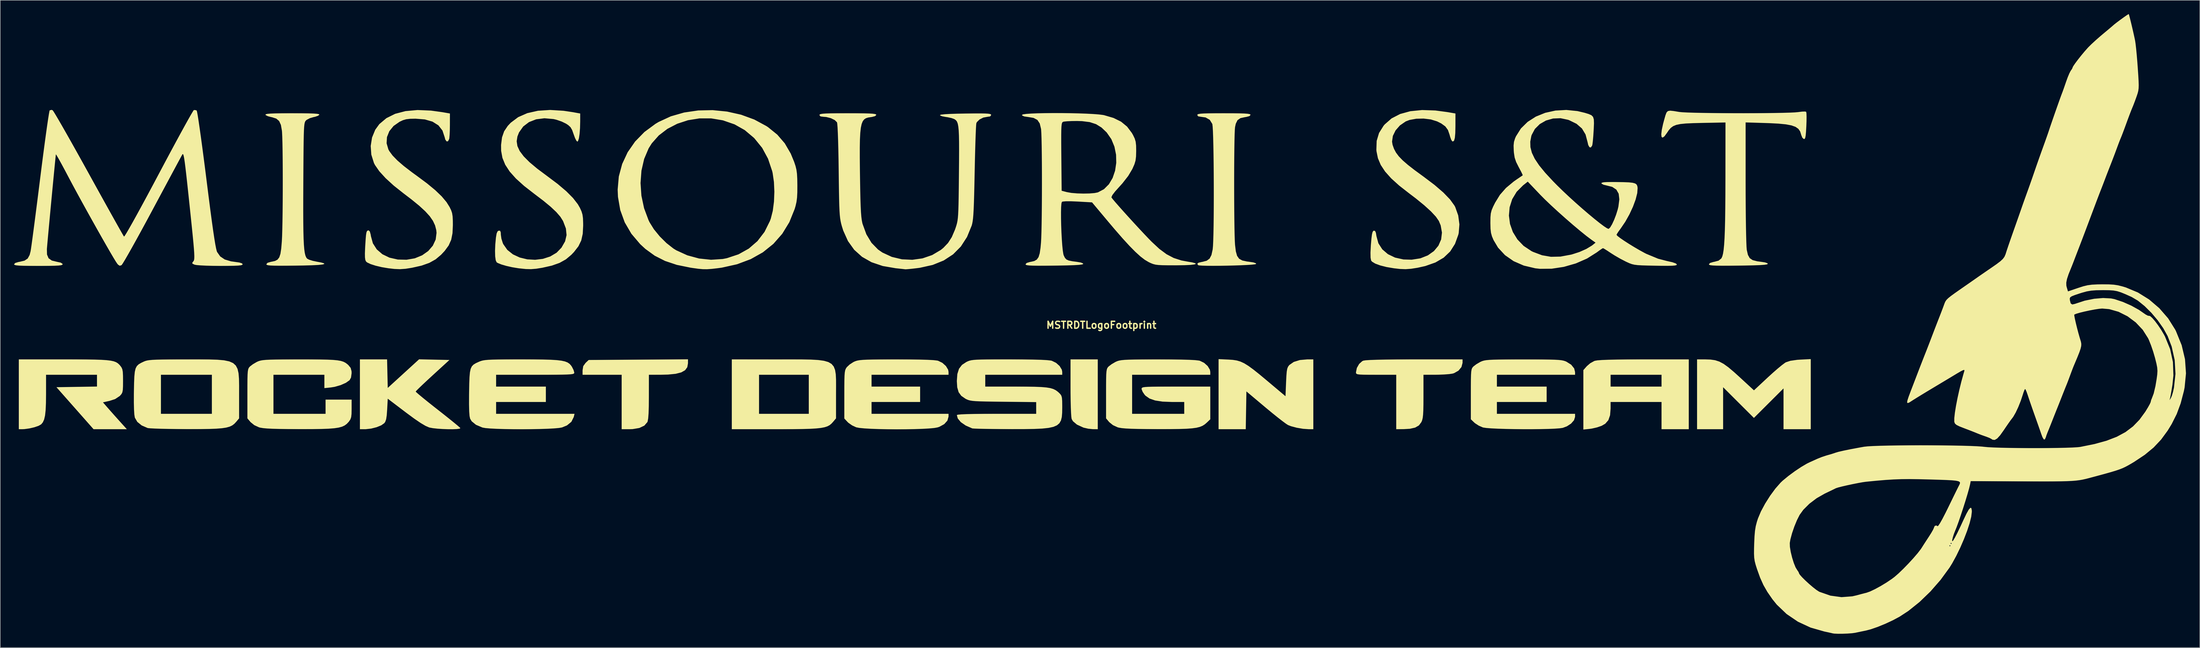
<source format=kicad_pcb>
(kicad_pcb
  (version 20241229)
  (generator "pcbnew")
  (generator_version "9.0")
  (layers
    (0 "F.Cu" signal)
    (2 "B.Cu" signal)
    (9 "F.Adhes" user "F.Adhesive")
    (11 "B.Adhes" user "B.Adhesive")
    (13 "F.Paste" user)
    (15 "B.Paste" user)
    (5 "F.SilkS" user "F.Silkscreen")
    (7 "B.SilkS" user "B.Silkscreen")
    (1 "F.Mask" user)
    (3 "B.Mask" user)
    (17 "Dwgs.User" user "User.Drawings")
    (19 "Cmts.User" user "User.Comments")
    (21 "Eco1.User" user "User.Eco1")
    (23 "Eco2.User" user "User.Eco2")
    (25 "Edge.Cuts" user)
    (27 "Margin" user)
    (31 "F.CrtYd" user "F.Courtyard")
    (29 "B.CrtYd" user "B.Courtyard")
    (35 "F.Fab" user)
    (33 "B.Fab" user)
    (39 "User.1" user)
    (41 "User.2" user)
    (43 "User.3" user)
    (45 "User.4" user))
  (footprint "MSTRDTLogoFootprint"
    (layer "F.Cu")
    (at 235.527 67.431)
    (property "Reference" "MSTRDTLogoFootprint" (at 0 0 0) (layer "F.SilkS") (effects (font (size 1.5 1.5) (thickness 0.3))))
    (attr board_only exclude_from_pos_files exclude_from_bom)
    (fp_poly (pts (xy -0.77 15.009) (xy -0.77 22.578) (xy -1.86 22.567) (xy -2.834 22.471) (xy -3.793 22.252) (xy -3.91 22.213) (xy -5.28 21.583) (xy -6.148 20.849) (xy -6.426 20.367) (xy -6.495 19.934) (xy -6.556 19.069) (xy -6.608 17.851) (xy -6.645 16.362) (xy -6.667 14.681) (xy -6.671 13.581) (xy -6.671 7.44) (xy -3.72 7.44) (xy -0.77 7.44)) (stroke (width 0) (type solid)) (fill yes) (layer "F.SilkS"))
    (fp_poly (pts (xy -89.541 8.286) (xy -89.69 9.133) (xy -90.161 9.785) (xy -90.992 10.259) (xy -92.221 10.57) (xy -93.883 10.734) (xy -95.378 10.77) (xy -98.008 10.776) (xy -98.012 15.586) (xy -98.029 17.609) (xy -98.078 19.148) (xy -98.161 20.232) (xy -98.28 20.891) (xy -98.336 21.038) (xy -98.999 21.802) (xy -100.081 22.313) (xy -101.544 22.558) (xy -102.177 22.577) (xy -103.909 22.578) (xy -103.909 16.677) (xy -103.909 10.776) (xy -108.142 10.776) (xy -112.376 10.776) (xy -112.376 9.794) (xy -112.23 8.9) (xy -111.726 8.202) (xy -111.714 8.191) (xy -111.052 7.569) (xy -100.297 7.496) (xy -89.541 7.424)) (stroke (width 0) (type solid)) (fill yes) (layer "F.SilkS"))
    (fp_poly (pts (xy 153.683 14.978) (xy 153.683 22.578) (xy 150.732 22.578) (xy 147.782 22.578) (xy 147.782 18.156) (xy 147.782 13.734) (xy 144.575 16.933) (xy 141.368 20.133) (xy 138.032 16.805) (xy 134.697 13.477) (xy 134.697 18.027) (xy 134.697 22.578) (xy 131.875 22.578) (xy 129.053 22.578) (xy 129.053 15.009) (xy 129.053 7.44) (xy 130.803 7.44) (xy 131.97 7.479) (xy 132.967 7.624) (xy 133.886 7.923) (xy 134.816 8.421) (xy 135.848 9.165) (xy 137.073 10.201) (xy 138.19 11.212) (xy 141.378 14.15) (xy 144.387 11.342) (xy 145.484 10.342) (xy 146.522 9.437) (xy 147.414 8.701) (xy 148.072 8.207) (xy 148.295 8.069) (xy 149.279 7.744) (xy 150.731 7.538) (xy 151.438 7.491) (xy 153.683 7.378)) (stroke (width 0) (type solid)) (fill yes) (layer "F.SilkS"))
    (fp_poly (pts (xy -70.235 7.446) (xy -67.345 7.443) (xy -64.926 7.447) (xy -62.937 7.483) (xy -61.335 7.575) (xy -60.079 7.747) (xy -59.127 8.023) (xy -58.438 8.429) (xy -57.969 8.989) (xy -57.678 9.727) (xy -57.525 10.667) (xy -57.467 11.835) (xy -57.463 13.253) (xy -57.471 14.918) (xy -57.471 20.229) (xy -58.131 21.014) (xy -58.48 21.391) (xy -58.865 21.703) (xy -59.337 21.955) (xy -59.947 22.154) (xy -60.743 22.305) (xy -61.777 22.416) (xy -63.098 22.493) (xy -64.756 22.541) (xy -66.802 22.567) (xy -69.286 22.577) (xy -70.73 22.578) (xy -80.048 22.578) (xy -80.048 15.009) (xy -74.147 15.009) (xy -74.147 19.242) (xy -68.76 19.242) (xy -63.372 19.242) (xy -63.372 15.009) (xy -63.372 10.776) (xy -68.76 10.776) (xy -74.147 10.776) (xy -74.147 15.009) (xy -80.048 15.009) (xy -80.048 7.44)) (stroke (width 0) (type solid)) (fill yes) (layer "F.SilkS"))
    (fp_poly (pts (xy 27.517 7.481) (xy 28.491 7.547) (xy 29.342 7.679) (xy 30.141 7.916) (xy 30.962 8.297) (xy 31.875 8.862) (xy 32.953 9.65) (xy 34.268 10.701) (xy 35.892 12.055) (xy 35.919 12.078) (xy 39.896 15.426) (xy 40.024 12.351) (xy 40.089 11.02) (xy 40.165 10.097) (xy 40.273 9.478) (xy 40.432 9.059) (xy 40.664 8.734) (xy 40.739 8.652) (xy 41.684 7.994) (xy 43.01 7.581) (xy 44.608 7.44) (xy 45.925 7.44) (xy 45.925 15.009) (xy 45.925 22.578) (xy 44.934 22.578) (xy 43.69 22.491) (xy 42.336 22.261) (xy 41.103 21.934) (xy 40.454 21.681) (xy 40.014 21.4) (xy 39.257 20.842) (xy 38.256 20.064) (xy 37.084 19.122) (xy 35.814 18.073) (xy 35.534 17.839) (xy 31.429 14.387) (xy 31.359 18.482) (xy 31.288 22.578) (xy 28.344 22.578) (xy 25.4 22.578) (xy 25.4 14.983) (xy 25.4 7.388)) (stroke (width 0) (type solid)) (fill yes) (layer "F.SilkS"))
    (fp_poly (pts (xy 127.257 15.009) (xy 127.257 22.578) (xy 124.306 22.578) (xy 121.356 22.578) (xy 121.356 19.627) (xy 121.356 16.677) (xy 115.839 16.677) (xy 110.323 16.677) (xy 110.323 18.096) (xy 110.209 19.55) (xy 109.838 20.619) (xy 109.167 21.387) (xy 108.388 21.839) (xy 107.394 22.183) (xy 106.259 22.443) (xy 105.814 22.506) (xy 104.422 22.65) (xy 104.422 16.208) (xy 104.422 12.059) (xy 110.323 12.059) (xy 110.323 13.341) (xy 115.839 13.341) (xy 121.356 13.341) (xy 121.356 12.059) (xy 121.356 10.776) (xy 115.839 10.776) (xy 110.323 10.776) (xy 110.323 12.059) (xy 104.422 12.059) (xy 104.422 9.767) (xy 105.18 8.905) (xy 105.905 8.278) (xy 106.752 7.808) (xy 106.941 7.741) (xy 107.48 7.65) (xy 108.444 7.576) (xy 109.849 7.519) (xy 111.712 7.477) (xy 114.051 7.452) (xy 116.882 7.441) (xy 117.601 7.44) (xy 127.257 7.44)) (stroke (width 0) (type solid)) (fill yes) (layer "F.SilkS"))
    (fp_poly (pts (xy 78.253 8.196) (xy 78.014 9.103) (xy 77.369 9.884) (xy 76.426 10.422) (xy 76.072 10.527) (xy 75.367 10.63) (xy 74.321 10.711) (xy 73.103 10.761) (xy 72.416 10.77) (xy 69.786 10.776) (xy 69.785 15.458) (xy 69.778 17.192) (xy 69.753 18.495) (xy 69.702 19.449) (xy 69.62 20.137) (xy 69.499 20.641) (xy 69.336 21.038) (xy 68.802 21.754) (xy 67.994 22.226) (xy 66.838 22.487) (xy 65.488 22.563) (xy 63.885 22.578) (xy 63.885 16.677) (xy 63.885 10.776) (xy 59.523 10.776) (xy 57.935 10.773) (xy 56.788 10.761) (xy 56.011 10.729) (xy 55.531 10.669) (xy 55.278 10.572) (xy 55.179 10.429) (xy 55.162 10.237) (xy 55.353 9.3) (xy 55.847 8.432) (xy 56.522 7.824) (xy 56.76 7.715) (xy 57.255 7.637) (xy 58.246 7.571) (xy 59.718 7.519) (xy 61.655 7.479) (xy 64.04 7.453) (xy 66.857 7.441) (xy 67.9 7.44) (xy 78.253 7.44)) (stroke (width 0) (type solid)) (fill yes) (layer "F.SilkS"))
    (fp_poly (pts (xy -144.506 7.497) (xy -141.219 7.569) (xy -144.863 10.904) (xy -145.995 11.948) (xy -146.987 12.877) (xy -147.778 13.634) (xy -148.311 14.164) (xy -148.528 14.411) (xy -148.53 14.417) (xy -148.342 14.617) (xy -147.804 15.086) (xy -146.971 15.778) (xy -145.899 16.646) (xy -144.642 17.646) (xy -143.741 18.353) (xy -142.386 19.419) (xy -141.172 20.386) (xy -140.155 21.21) (xy -139.393 21.842) (xy -138.943 22.238) (xy -138.845 22.345) (xy -139.029 22.467) (xy -139.616 22.545) (xy -140.497 22.582) (xy -141.565 22.578) (xy -142.71 22.538) (xy -143.826 22.463) (xy -144.803 22.356) (xy -145.533 22.219) (xy -145.619 22.195) (xy -146.394 21.859) (xy -147.462 21.227) (xy -148.849 20.28) (xy -150.581 19.002) (xy -150.732 18.887) (xy -154.581 15.963) (xy -154.709 18.347) (xy -154.8 19.584) (xy -154.928 20.421) (xy -155.118 20.969) (xy -155.328 21.272) (xy -155.988 21.737) (xy -156.99 22.145) (xy -158.163 22.442) (xy -159.337 22.575) (xy -159.502 22.578) (xy -160.61 22.578) (xy -160.61 15.009) (xy -160.61 7.44) (xy -157.667 7.44) (xy -154.725 7.44) (xy -154.653 10.534) (xy -154.581 13.627) (xy -151.187 10.526) (xy -147.794 7.425)) (stroke (width 0) (type solid)) (fill yes) (layer "F.SilkS"))
    (fp_poly (pts (xy -222.146 7.443) (xy -219.91 7.456) (xy -218.088 7.484) (xy -216.63 7.533) (xy -215.487 7.608) (xy -214.608 7.714) (xy -213.945 7.857) (xy -213.447 8.043) (xy -213.065 8.276) (xy -212.749 8.563) (xy -212.549 8.788) (xy -212.26 9.175) (xy -212.077 9.588) (xy -211.975 10.151) (xy -211.932 10.989) (xy -211.923 12.098) (xy -211.931 13.276) (xy -211.971 14.063) (xy -212.07 14.58) (xy -212.255 14.949) (xy -212.553 15.293) (xy -212.644 15.384) (xy -213.63 16.042) (xy -214.818 16.43) (xy -216.272 16.756) (xy -215.316 17.857) (xy -214.695 18.565) (xy -213.877 19.488) (xy -213.007 20.461) (xy -212.731 20.768) (xy -211.101 22.578) (xy -214.706 22.578) (xy -218.311 22.578) (xy -222.331 18.024) (xy -226.352 13.47) (xy -221.96 13.399) (xy -217.568 13.329) (xy -217.568 12.053) (xy -217.568 10.776) (xy -223.084 10.776) (xy -228.6 10.776) (xy -228.601 14.945) (xy -228.622 16.922) (xy -228.691 18.455) (xy -228.818 19.614) (xy -229.015 20.467) (xy -229.293 21.083) (xy -229.652 21.52) (xy -230.223 21.847) (xy -231.134 22.159) (xy -232.213 22.41) (xy -233.288 22.557) (xy -233.774 22.578) (xy -234.501 22.578) (xy -234.501 15.009) (xy -234.501 7.44) (xy -224.845 7.44)) (stroke (width 0) (type solid)) (fill yes) (layer "F.SilkS"))
    (fp_poly (pts (xy -41.658 7.454) (xy -39.402 7.483) (xy -37.64 7.533) (xy -36.362 7.604) (xy -35.557 7.696) (xy -35.356 7.742) (xy -34.429 8.195) (xy -33.664 8.883) (xy -33.189 9.671) (xy -33.097 10.154) (xy -33.097 10.776) (xy -41.435 10.776) (xy -49.774 10.776) (xy -49.774 12.059) (xy -49.774 13.341) (xy -44.514 13.341) (xy -39.255 13.341) (xy -39.255 15.009) (xy -39.255 16.677) (xy -44.514 16.677) (xy -49.774 16.677) (xy -49.774 17.96) (xy -49.774 19.242) (xy -41.435 19.242) (xy -33.097 19.242) (xy -33.097 19.849) (xy -33.341 20.716) (xy -34.025 21.475) (xy -35.077 22.055) (xy -35.467 22.187) (xy -36.18 22.316) (xy -37.313 22.421) (xy -38.78 22.502) (xy -40.498 22.559) (xy -42.381 22.593) (xy -44.345 22.602) (xy -46.306 22.588) (xy -48.179 22.551) (xy -49.88 22.49) (xy -51.323 22.406) (xy -52.425 22.298) (xy -53.1 22.168) (xy -53.109 22.165) (xy -53.991 21.752) (xy -54.785 21.195) (xy -54.969 21.019) (xy -55.675 20.261) (xy -55.675 15.04) (xy -55.672 13.269) (xy -55.659 11.937) (xy -55.63 10.967) (xy -55.576 10.286) (xy -55.491 9.817) (xy -55.368 9.486) (xy -55.2 9.217) (xy -55.118 9.11) (xy -54.518 8.547) (xy -53.722 8.03) (xy -53.514 7.927) (xy -53.179 7.793) (xy -52.791 7.686) (xy -52.289 7.604) (xy -51.613 7.543) (xy -50.703 7.5) (xy -49.5 7.472) (xy -47.943 7.456) (xy -45.973 7.448) (xy -44.416 7.446)) (stroke (width 0) (type solid)) (fill yes) (layer "F.SilkS"))
    (fp_poly (pts (xy -193.313 7.455) (xy -191.476 7.513) (xy -190.019 7.645) (xy -188.899 7.881) (xy -188.071 8.25) (xy -187.492 8.78) (xy -187.118 9.501) (xy -186.903 10.442) (xy -186.805 11.632) (xy -186.779 13.1) (xy -186.781 14.875) (xy -186.781 15.054) (xy -186.78 20.229) (xy -187.44 21.014) (xy -187.83 21.426) (xy -188.272 21.758) (xy -188.823 22.021) (xy -189.538 22.221) (xy -190.473 22.366) (xy -191.682 22.464) (xy -193.222 22.524) (xy -195.147 22.552) (xy -197.514 22.557) (xy -198.308 22.556) (xy -200.264 22.543) (xy -202.081 22.518) (xy -203.687 22.483) (xy -205.012 22.44) (xy -205.985 22.39) (xy -206.533 22.336) (xy -206.596 22.322) (xy -207.882 21.763) (xy -208.835 20.989) (xy -209.368 20.072) (xy -209.371 20.058) (xy -209.476 19.406) (xy -209.546 18.303) (xy -209.581 16.807) (xy -209.578 15.009) (xy -203.713 15.009) (xy -203.713 19.242) (xy -198.197 19.242) (xy -192.681 19.242) (xy -192.681 15.009) (xy -192.681 10.776) (xy -198.197 10.776) (xy -203.713 10.776) (xy -203.713 15.009) (xy -209.578 15.009) (xy -209.578 14.981) (xy -209.569 14.33) (xy -209.532 12.519) (xy -209.475 11.145) (xy -209.374 10.134) (xy -209.204 9.41) (xy -208.938 8.897) (xy -208.552 8.519) (xy -208.021 8.203) (xy -207.433 7.923) (xy -207.104 7.79) (xy -206.718 7.685) (xy -206.216 7.603) (xy -205.538 7.543) (xy -204.624 7.5) (xy -203.416 7.472) (xy -201.853 7.456) (xy -199.876 7.448) (xy -198.307 7.446) (xy -195.576 7.442)) (stroke (width 0) (type solid)) (fill yes) (layer "F.SilkS"))
    (fp_poly (pts (xy 93.763 7.454) (xy 95.607 7.462) (xy 97.056 7.481) (xy 98.171 7.511) (xy 99.009 7.557) (xy 99.632 7.622) (xy 100.097 7.709) (xy 100.465 7.821) (xy 100.732 7.931) (xy 101.783 8.591) (xy 102.433 9.403) (xy 102.626 10.191) (xy 102.626 10.776) (xy 94.16 10.776) (xy 85.693 10.776) (xy 85.693 12.059) (xy 85.693 13.341) (xy 91.081 13.341) (xy 96.469 13.341) (xy 96.469 15.009) (xy 96.469 16.677) (xy 91.081 16.677) (xy 85.693 16.677) (xy 85.693 17.96) (xy 85.693 19.242) (xy 94.16 19.242) (xy 102.626 19.242) (xy 102.626 19.909) (xy 102.392 20.642) (xy 101.765 21.357) (xy 100.857 21.953) (xy 99.954 22.289) (xy 99.29 22.386) (xy 98.208 22.463) (xy 96.791 22.52) (xy 95.122 22.557) (xy 93.285 22.576) (xy 91.363 22.576) (xy 89.439 22.558) (xy 87.598 22.522) (xy 85.921 22.469) (xy 84.493 22.4) (xy 83.397 22.314) (xy 82.716 22.212) (xy 82.647 22.194) (xy 81.758 21.805) (xy 80.947 21.277) (xy 80.787 21.136) (xy 80.048 20.429) (xy 80.048 14.971) (xy 80.05 13.163) (xy 80.06 11.797) (xy 80.085 10.802) (xy 80.132 10.107) (xy 80.208 9.642) (xy 80.319 9.335) (xy 80.472 9.116) (xy 80.626 8.959) (xy 81.238 8.491) (xy 82.034 8.024) (xy 82.229 7.928) (xy 82.554 7.795) (xy 82.93 7.689) (xy 83.418 7.607) (xy 84.076 7.547) (xy 84.964 7.504) (xy 86.14 7.476) (xy 87.664 7.46) (xy 89.595 7.453) (xy 91.466 7.452)) (stroke (width 0) (type solid)) (fill yes) (layer "F.SilkS"))
    (fp_poly (pts (xy -123.065 7.446) (xy -120.976 7.469) (xy -119.297 7.518) (xy -117.973 7.598) (xy -116.954 7.72) (xy -116.186 7.89) (xy -115.617 8.116) (xy -115.195 8.406) (xy -114.868 8.767) (xy -114.663 9.076) (xy -114.333 9.735) (xy -114.175 10.281) (xy -114.173 10.327) (xy -114.201 10.449) (xy -114.321 10.547) (xy -114.583 10.624) (xy -115.039 10.681) (xy -115.74 10.722) (xy -116.736 10.749) (xy -118.08 10.765) (xy -119.821 10.773) (xy -122.012 10.776) (xy -122.638 10.776) (xy -131.105 10.776) (xy -131.105 12.059) (xy -131.105 13.341) (xy -125.717 13.341) (xy -120.329 13.341) (xy -120.329 15.009) (xy -120.329 16.677) (xy -125.717 16.677) (xy -131.105 16.677) (xy -131.105 17.96) (xy -131.105 19.242) (xy -122.611 19.242) (xy -114.116 19.242) (xy -114.291 19.948) (xy -114.802 20.975) (xy -115.758 21.756) (xy -116.833 22.198) (xy -117.497 22.313) (xy -118.585 22.409) (xy -120.011 22.484) (xy -121.691 22.539) (xy -123.539 22.573) (xy -125.471 22.586) (xy -127.401 22.578) (xy -129.245 22.549) (xy -130.917 22.499) (xy -132.333 22.428) (xy -133.407 22.336) (xy -134.055 22.222) (xy -134.061 22.22) (xy -135.466 21.625) (xy -136.392 20.867) (xy -136.739 20.294) (xy -136.86 19.723) (xy -136.937 18.687) (xy -136.973 17.173) (xy -136.966 15.165) (xy -136.958 14.56) (xy -136.923 12.704) (xy -136.871 11.289) (xy -136.777 10.241) (xy -136.617 9.487) (xy -136.365 8.954) (xy -135.999 8.57) (xy -135.492 8.262) (xy -134.822 7.956) (xy -134.74 7.92) (xy -134.387 7.785) (xy -133.985 7.677) (xy -133.474 7.594) (xy -132.792 7.533) (xy -131.881 7.49) (xy -130.677 7.463) (xy -129.122 7.448) (xy -127.154 7.441) (xy -125.613 7.44)) (stroke (width 0) (type solid)) (fill yes) (layer "F.SilkS"))
    (fp_poly (pts (xy -171.231 7.448) (xy -169.249 7.462) (xy -167.666 7.495) (xy -166.425 7.554) (xy -165.468 7.645) (xy -164.74 7.775) (xy -164.183 7.95) (xy -163.74 8.177) (xy -163.353 8.463) (xy -163.112 8.678) (xy -162.616 9.281) (xy -162.422 9.999) (xy -162.406 10.421) (xy -162.536 11.386) (xy -162.85 11.952) (xy -163.651 12.519) (xy -164.785 13.021) (xy -166.07 13.39) (xy -166.915 13.526) (xy -168.307 13.67) (xy -168.307 12.223) (xy -168.307 10.776) (xy -173.823 10.776) (xy -179.339 10.776) (xy -179.339 15.009) (xy -179.339 19.242) (xy -173.695 19.242) (xy -168.051 19.242) (xy -168.051 17.703) (xy -168.051 16.164) (xy -165.228 16.164) (xy -162.406 16.164) (xy -162.406 18.196) (xy -162.424 19.261) (xy -162.504 19.968) (xy -162.68 20.469) (xy -162.989 20.921) (xy -163.067 21.014) (xy -163.459 21.428) (xy -163.907 21.763) (xy -164.466 22.026) (xy -165.191 22.226) (xy -166.139 22.371) (xy -167.366 22.469) (xy -168.927 22.528) (xy -170.878 22.556) (xy -173.275 22.561) (xy -173.806 22.56) (xy -176.168 22.548) (xy -178.071 22.523) (xy -179.571 22.482) (xy -180.722 22.424) (xy -181.579 22.345) (xy -182.196 22.243) (xy -182.461 22.174) (xy -183.487 21.703) (xy -184.293 21.05) (xy -184.321 21.017) (xy -184.984 20.229) (xy -184.984 14.871) (xy -184.982 13.081) (xy -184.972 11.733) (xy -184.946 10.754) (xy -184.897 10.073) (xy -184.819 9.619) (xy -184.705 9.318) (xy -184.547 9.101) (xy -184.407 8.959) (xy -183.794 8.491) (xy -182.999 8.024) (xy -182.803 7.928) (xy -182.476 7.794) (xy -182.096 7.688) (xy -181.603 7.606) (xy -180.939 7.544) (xy -180.042 7.501) (xy -178.854 7.473) (xy -177.315 7.456) (xy -175.365 7.448) (xy -173.669 7.446)) (stroke (width 0) (type solid)) (fill yes) (layer "F.SilkS"))
    (fp_poly (pts (xy 15.043 7.454) (xy 17.299 7.483) (xy 19.061 7.533) (xy 20.339 7.604) (xy 21.144 7.696) (xy 21.345 7.742) (xy 22.272 8.195) (xy 23.037 8.883) (xy 23.512 9.671) (xy 23.604 10.154) (xy 23.604 10.776) (xy 15.137 10.776) (xy 6.671 10.776) (xy 6.671 15.009) (xy 6.671 19.242) (xy 12.315 19.242) (xy 17.96 19.242) (xy 17.96 17.96) (xy 17.96 16.677) (xy 15.312 16.677) (xy 13.267 16.598) (xy 11.661 16.353) (xy 10.444 15.929) (xy 9.566 15.311) (xy 9.384 15.113) (xy 8.956 14.486) (xy 8.732 13.928) (xy 8.723 13.835) (xy 8.742 13.692) (xy 8.837 13.58) (xy 9.061 13.495) (xy 9.469 13.433) (xy 10.118 13.39) (xy 11.061 13.363) (xy 12.353 13.349) (xy 14.05 13.343) (xy 16.164 13.341) (xy 23.604 13.341) (xy 23.604 16.885) (xy 23.604 20.429) (xy 22.869 21.133) (xy 22.422 21.521) (xy 21.934 21.833) (xy 21.346 22.077) (xy 20.602 22.262) (xy 19.642 22.394) (xy 18.407 22.483) (xy 16.841 22.535) (xy 14.884 22.558) (xy 12.478 22.56) (xy 12.21 22.56) (xy 9.847 22.548) (xy 7.943 22.523) (xy 6.442 22.482) (xy 5.291 22.424) (xy 4.434 22.345) (xy 3.816 22.243) (xy 3.549 22.174) (xy 2.523 21.703) (xy 1.717 21.05) (xy 1.689 21.017) (xy 1.026 20.229) (xy 1.026 14.871) (xy 1.028 13.081) (xy 1.039 11.733) (xy 1.064 10.754) (xy 1.113 10.073) (xy 1.191 9.619) (xy 1.305 9.318) (xy 1.463 9.101) (xy 1.604 8.959) (xy 2.216 8.491) (xy 3.011 8.024) (xy 3.207 7.928) (xy 3.535 7.794) (xy 3.916 7.687) (xy 4.411 7.605) (xy 5.078 7.544) (xy 5.978 7.501) (xy 7.171 7.472) (xy 8.716 7.456) (xy 10.673 7.448) (xy 12.285 7.446)) (stroke (width 0) (type solid)) (fill yes) (layer "F.SilkS"))
    (fp_poly (pts (xy 28.47 -45.92) (xy 29.928 -45.903) (xy 30.985 -45.869) (xy 31.696 -45.817) (xy 32.117 -45.742) (xy 32.304 -45.641) (xy 32.327 -45.574) (xy 32.079 -45.303) (xy 31.361 -45.117) (xy 31.146 -45.089) (xy 30.145 -44.873) (xy 29.507 -44.43) (xy 29.127 -43.654) (xy 28.969 -42.927) (xy 28.921 -42.367) (xy 28.879 -41.359) (xy 28.845 -39.969) (xy 28.817 -38.263) (xy 28.796 -36.306) (xy 28.782 -34.165) (xy 28.775 -31.905) (xy 28.775 -29.592) (xy 28.781 -27.291) (xy 28.795 -25.067) (xy 28.815 -22.988) (xy 28.842 -21.118) (xy 28.876 -19.522) (xy 28.917 -18.268) (xy 28.965 -17.419) (xy 28.969 -17.379) (xy 29.138 -15.983) (xy 29.409 -15.013) (xy 29.851 -14.382) (xy 30.538 -14.001) (xy 31.54 -13.785) (xy 31.975 -13.732) (xy 32.968 -13.581) (xy 33.476 -13.395) (xy 33.539 -13.255) (xy 33.269 -13.174) (xy 32.571 -13.098) (xy 31.532 -13.028) (xy 30.237 -12.967) (xy 28.772 -12.917) (xy 27.222 -12.879) (xy 25.674 -12.855) (xy 24.212 -12.846) (xy 22.924 -12.855) (xy 21.893 -12.884) (xy 21.207 -12.934) (xy 20.957 -12.995) (xy 20.795 -13.297) (xy 21.047 -13.516) (xy 21.76 -13.685) (xy 21.907 -13.708) (xy 22.827 -13.95) (xy 23.451 -14.41) (xy 23.854 -15.184) (xy 24.114 -16.367) (xy 24.128 -16.458) (xy 24.19 -17.153) (xy 24.242 -18.268) (xy 24.285 -19.741) (xy 24.319 -21.511) (xy 24.343 -23.516) (xy 24.358 -25.694) (xy 24.364 -27.986) (xy 24.361 -30.328) (xy 24.35 -32.661) (xy 24.331 -34.922) (xy 24.303 -37.051) (xy 24.268 -38.986) (xy 24.225 -40.665) (xy 24.175 -42.028) (xy 24.117 -43.012) (xy 24.053 -43.558) (xy 24.039 -43.609) (xy 23.49 -44.496) (xy 22.594 -45.014) (xy 21.616 -45.152) (xy 20.976 -45.253) (xy 20.782 -45.54) (xy 20.842 -45.666) (xy 21.062 -45.762) (xy 21.501 -45.832) (xy 22.218 -45.879) (xy 23.272 -45.907) (xy 24.724 -45.922) (xy 26.555 -45.925)) (stroke (width 0) (type solid)) (fill yes) (layer "F.SilkS"))
    (fp_poly (pts (xy -17.141 7.45) (xy -14.861 7.48) (xy -13.076 7.53) (xy -11.776 7.601) (xy -10.951 7.692) (xy -10.726 7.742) (xy -9.799 8.195) (xy -9.034 8.883) (xy -8.559 9.671) (xy -8.467 10.154) (xy -8.467 10.776) (xy -16.805 10.776) (xy -25.143 10.776) (xy -25.143 12.059) (xy -25.143 13.341) (xy -18.567 13.341) (xy -16.291 13.349) (xy -14.466 13.376) (xy -13.027 13.433) (xy -11.912 13.527) (xy -11.056 13.668) (xy -10.398 13.865) (xy -9.874 14.126) (xy -9.42 14.46) (xy -9.212 14.647) (xy -8.872 14.987) (xy -8.655 15.321) (xy -8.534 15.769) (xy -8.48 16.452) (xy -8.467 17.491) (xy -8.467 17.9) (xy -8.483 19.016) (xy -8.56 19.939) (xy -8.744 20.688) (xy -9.078 21.279) (xy -9.606 21.733) (xy -10.374 22.066) (xy -11.425 22.296) (xy -12.804 22.443) (xy -14.555 22.523) (xy -16.722 22.556) (xy -19.35 22.559) (xy -19.866 22.558) (xy -21.819 22.548) (xy -23.616 22.531) (xy -25.19 22.508) (xy -26.474 22.48) (xy -27.401 22.449) (xy -27.903 22.415) (xy -27.966 22.403) (xy -29.376 21.783) (xy -30.44 21.048) (xy -31.1 20.248) (xy -31.301 19.512) (xy -31.068 19.428) (xy -30.364 19.36) (xy -29.181 19.308) (xy -27.51 19.271) (xy -25.343 19.25) (xy -22.706 19.242) (xy -14.111 19.242) (xy -14.111 17.974) (xy -14.111 16.706) (xy -21.231 16.627) (xy -23.336 16.602) (xy -24.994 16.576) (xy -26.269 16.543) (xy -27.228 16.498) (xy -27.934 16.436) (xy -28.453 16.351) (xy -28.851 16.239) (xy -29.193 16.094) (xy -29.436 15.969) (xy -30.337 15.345) (xy -30.913 14.558) (xy -31.216 13.499) (xy -31.301 12.135) (xy -31.191 10.616) (xy -30.833 9.477) (xy -30.182 8.63) (xy -29.258 8.018) (xy -28.926 7.858) (xy -28.591 7.731) (xy -28.195 7.632) (xy -27.677 7.559) (xy -26.978 7.507) (xy -26.036 7.473) (xy -24.792 7.453) (xy -23.187 7.444) (xy -21.159 7.441) (xy -19.923 7.44)) (stroke (width 0) (type solid)) (fill yes) (layer "F.SilkS"))
    (fp_poly (pts (xy -173.256 -45.919) (xy -171.743 -45.9) (xy -170.647 -45.863) (xy -169.922 -45.809) (xy -169.52 -45.732) (xy -169.393 -45.632) (xy -169.396 -45.608) (xy -169.693 -45.376) (xy -170.316 -45.163) (xy -170.625 -45.099) (xy -171.452 -44.86) (xy -172.136 -44.499) (xy -172.272 -44.383) (xy -172.39 -44.253) (xy -172.488 -44.088) (xy -172.57 -43.845) (xy -172.638 -43.481) (xy -172.692 -42.953) (xy -172.735 -42.218) (xy -172.769 -41.232) (xy -172.796 -39.953) (xy -172.817 -38.337) (xy -172.835 -36.341) (xy -172.852 -33.921) (xy -172.869 -31.036) (xy -172.87 -30.759) (xy -172.885 -27.487) (xy -172.888 -24.689) (xy -172.878 -22.326) (xy -172.853 -20.36) (xy -172.811 -18.752) (xy -172.749 -17.463) (xy -172.666 -16.454) (xy -172.56 -15.687) (xy -172.429 -15.122) (xy -172.271 -14.721) (xy -172.084 -14.445) (xy -172.04 -14.399) (xy -171.607 -14.169) (xy -170.837 -13.931) (xy -169.979 -13.75) (xy -168.956 -13.556) (xy -168.401 -13.389) (xy -168.32 -13.248) (xy -168.72 -13.131) (xy -169.608 -13.037) (xy -170.991 -12.965) (xy -172.874 -12.913) (xy -174.593 -12.888) (xy -176.578 -12.87) (xy -178.107 -12.867) (xy -179.236 -12.881) (xy -180.021 -12.915) (xy -180.518 -12.972) (xy -180.785 -13.055) (xy -180.876 -13.166) (xy -180.879 -13.193) (xy -180.627 -13.495) (xy -179.881 -13.714) (xy -179.71 -13.742) (xy -178.984 -13.904) (xy -178.455 -14.19) (xy -178.082 -14.678) (xy -177.828 -15.446) (xy -177.655 -16.57) (xy -177.525 -18.128) (xy -177.522 -18.164) (xy -177.469 -19.236) (xy -177.424 -20.698) (xy -177.387 -22.477) (xy -177.358 -24.502) (xy -177.337 -26.699) (xy -177.325 -28.998) (xy -177.322 -31.325) (xy -177.327 -33.608) (xy -177.34 -35.775) (xy -177.362 -37.753) (xy -177.393 -39.471) (xy -177.432 -40.856) (xy -177.48 -41.836) (xy -177.506 -42.148) (xy -177.728 -43.401) (xy -178.111 -44.242) (xy -178.731 -44.766) (xy -179.661 -45.066) (xy -179.844 -45.099) (xy -180.548 -45.282) (xy -181.001 -45.515) (xy -181.072 -45.608) (xy -180.995 -45.714) (xy -180.652 -45.795) (xy -179.996 -45.854) (xy -178.98 -45.894) (xy -177.555 -45.916) (xy -175.674 -45.925) (xy -175.234 -45.925)) (stroke (width 0) (type solid)) (fill yes) (layer "F.SilkS"))
    (fp_poly (pts (xy -81.079 -46.29) (xy -78.041 -45.61) (xy -75.174 -44.561) (xy -72.562 -43.15) (xy -72.188 -42.901) (xy -70.191 -41.283) (xy -68.574 -39.402) (xy -67.284 -37.187) (xy -66.54 -35.38) (xy -66.242 -34.48) (xy -66.045 -33.666) (xy -65.927 -32.789) (xy -65.868 -31.697) (xy -65.847 -30.275) (xy -65.856 -28.776) (xy -65.914 -27.633) (xy -66.037 -26.691) (xy -66.244 -25.793) (xy -66.437 -25.143) (xy -67.582 -22.306) (xy -69.12 -19.791) (xy -71.037 -17.61) (xy -73.316 -15.775) (xy -75.945 -14.297) (xy -78.908 -13.186) (xy -82.189 -12.455) (xy -83.121 -12.326) (xy -84.404 -12.18) (xy -85.413 -12.109) (xy -86.329 -12.118) (xy -87.336 -12.21) (xy -88.616 -12.388) (xy -89.028 -12.451) (xy -91.96 -13.05) (xy -94.506 -13.901) (xy -96.75 -15.041) (xy -98.772 -16.51) (xy -99.905 -17.556) (xy -101.806 -19.8) (xy -103.244 -22.264) (xy -104.213 -24.933) (xy -104.708 -27.791) (xy -104.775 -29.377) (xy -104.651 -30.791) (xy -99.818 -30.791) (xy -99.629 -28.047) (xy -99.053 -25.34) (xy -98.093 -22.763) (xy -97.861 -22.283) (xy -96.92 -20.768) (xy -95.651 -19.215) (xy -94.199 -17.776) (xy -92.707 -16.602) (xy -92.083 -16.214) (xy -89.691 -15.122) (xy -87.142 -14.431) (xy -84.548 -14.159) (xy -82.024 -14.324) (xy -81.12 -14.501) (xy -78.588 -15.339) (xy -76.374 -16.577) (xy -74.494 -18.202) (xy -72.962 -20.201) (xy -71.792 -22.56) (xy -71.597 -23.091) (xy -71.17 -24.773) (xy -70.912 -26.771) (xy -70.828 -28.914) (xy -70.923 -31.031) (xy -71.201 -32.952) (xy -71.298 -33.375) (xy -72.199 -36.065) (xy -73.475 -38.422) (xy -75.148 -40.482) (xy -75.276 -40.612) (xy -77.251 -42.275) (xy -79.45 -43.516) (xy -81.958 -44.382) (xy -81.997 -44.392) (xy -84.525 -44.813) (xy -87.058 -44.813) (xy -89.526 -44.417) (xy -91.862 -43.653) (xy -93.995 -42.546) (xy -95.857 -41.122) (xy -97.378 -39.407) (xy -98.061 -38.321) (xy -99.036 -36.021) (xy -99.621 -33.48) (xy -99.818 -30.791) (xy -104.651 -30.791) (xy -104.526 -32.218) (xy -103.797 -34.929) (xy -102.613 -37.467) (xy -100.999 -39.791) (xy -98.981 -41.86) (xy -96.583 -43.631) (xy -95.896 -44.04) (xy -93.261 -45.258) (xy -90.378 -46.087) (xy -87.331 -46.533) (xy -84.203 -46.6)) (stroke (width 0) (type solid)) (fill yes) (layer "F.SilkS"))
    (fp_poly (pts (xy 72.369 -46.524) (xy 74.997 -46.171) (xy 76.713 -45.873) (xy 76.709 -43.141) (xy 76.678 -41.629) (xy 76.584 -40.592) (xy 76.42 -39.995) (xy 76.177 -39.802) (xy 75.998 -39.862) (xy 75.792 -40.188) (xy 75.556 -40.839) (xy 75.437 -41.28) (xy 75.083 -42.3) (xy 74.517 -43.074) (xy 73.63 -43.717) (xy 72.733 -44.164) (xy 71.38 -44.582) (xy 69.815 -44.773) (xy 68.219 -44.737) (xy 66.773 -44.475) (xy 65.937 -44.152) (xy 64.687 -43.29) (xy 63.742 -42.21) (xy 63.155 -41.008) (xy 62.979 -39.78) (xy 63.09 -39.087) (xy 63.399 -38.214) (xy 63.834 -37.395) (xy 64.447 -36.577) (xy 65.29 -35.706) (xy 66.414 -34.73) (xy 67.871 -33.595) (xy 69.712 -32.248) (xy 69.786 -32.195) (xy 72.174 -30.391) (xy 74.092 -28.739) (xy 75.534 -27.243) (xy 76.496 -25.909) (xy 76.669 -25.584) (xy 77.314 -23.767) (xy 77.571 -21.831) (xy 77.419 -19.956) (xy 77.336 -19.595) (xy 76.618 -17.608) (xy 75.572 -15.957) (xy 74.171 -14.621) (xy 72.386 -13.576) (xy 70.189 -12.801) (xy 68.503 -12.426) (xy 67.097 -12.205) (xy 65.915 -12.119) (xy 64.709 -12.163) (xy 63.372 -12.313) (xy 61.789 -12.582) (xy 60.417 -12.93) (xy 59.341 -13.328) (xy 58.644 -13.749) (xy 58.443 -13.998) (xy 58.326 -14.611) (xy 58.307 -15.707) (xy 58.387 -17.267) (xy 58.403 -17.483) (xy 58.516 -18.786) (xy 58.628 -19.657) (xy 58.758 -20.175) (xy 58.923 -20.421) (xy 59.037 -20.47) (xy 59.308 -20.397) (xy 59.485 -19.988) (xy 59.598 -19.286) (xy 60.022 -17.733) (xy 60.867 -16.417) (xy 62.085 -15.372) (xy 63.626 -14.631) (xy 65.443 -14.226) (xy 67.229 -14.174) (xy 69.115 -14.47) (xy 70.734 -15.11) (xy 72.048 -16.041) (xy 73.02 -17.21) (xy 73.613 -18.564) (xy 73.79 -20.05) (xy 73.514 -21.614) (xy 73.111 -22.578) (xy 72.471 -23.505) (xy 71.408 -24.645) (xy 69.95 -25.973) (xy 68.126 -27.461) (xy 66.681 -28.558) (xy 64.512 -30.253) (xy 62.787 -31.814) (xy 61.471 -33.289) (xy 60.526 -34.725) (xy 59.918 -36.169) (xy 59.611 -37.67) (xy 59.582 -38.002) (xy 59.647 -39.934) (xy 60.158 -41.646) (xy 61.138 -43.209) (xy 61.387 -43.504) (xy 62.874 -44.807) (xy 64.728 -45.763) (xy 66.937 -46.369) (xy 69.489 -46.624)) (stroke (width 0) (type solid)) (fill yes) (layer "F.SilkS"))
    (fp_poly (pts (xy -145.227 -46.502) (xy -142.827 -46.171) (xy -141.111 -45.873) (xy -141.115 -43.397) (xy -141.132 -42.257) (xy -141.175 -41.258) (xy -141.237 -40.549) (xy -141.273 -40.345) (xy -141.524 -39.853) (xy -141.832 -39.823) (xy -142.115 -40.221) (xy -142.258 -40.751) (xy -142.73 -42.183) (xy -143.606 -43.302) (xy -144.881 -44.105) (xy -146.548 -44.588) (xy -148.552 -44.748) (xy -149.73 -44.725) (xy -150.581 -44.628) (xy -151.29 -44.421) (xy -152.015 -44.082) (xy -153.316 -43.17) (xy -154.237 -42.035) (xy -154.75 -40.756) (xy -154.828 -39.413) (xy -154.443 -38.086) (xy -154.24 -37.715) (xy -153.531 -36.756) (xy -152.498 -35.69) (xy -151.102 -34.484) (xy -149.304 -33.102) (xy -148.313 -32.384) (xy -146.088 -30.732) (xy -144.295 -29.251) (xy -142.894 -27.904) (xy -141.849 -26.657) (xy -141.187 -25.601) (xy -140.852 -24.912) (xy -140.642 -24.287) (xy -140.527 -23.572) (xy -140.48 -22.612) (xy -140.472 -21.68) (xy -140.552 -19.916) (xy -140.834 -18.495) (xy -141.378 -17.267) (xy -142.245 -16.081) (xy -143.031 -15.241) (xy -144.204 -14.254) (xy -145.577 -13.486) (xy -147.251 -12.892) (xy -149.321 -12.426) (xy -150.737 -12.203) (xy -151.926 -12.119) (xy -153.138 -12.166) (xy -154.453 -12.316) (xy -155.889 -12.558) (xy -157.203 -12.87) (xy -158.287 -13.219) (xy -159.034 -13.572) (xy -159.284 -13.782) (xy -159.436 -14.115) (xy -159.516 -14.671) (xy -159.529 -15.537) (xy -159.478 -16.803) (xy -159.456 -17.186) (xy -159.371 -18.549) (xy -159.292 -19.481) (xy -159.2 -20.063) (xy -159.078 -20.376) (xy -158.907 -20.503) (xy -158.706 -20.525) (xy -158.459 -20.282) (xy -158.271 -19.603) (xy -158.226 -19.286) (xy -157.801 -17.726) (xy -156.957 -16.406) (xy -155.742 -15.357) (xy -154.206 -14.614) (xy -152.399 -14.209) (xy -150.512 -14.165) (xy -148.717 -14.474) (xy -147.132 -15.122) (xy -145.813 -16.053) (xy -144.816 -17.213) (xy -144.197 -18.544) (xy -144.01 -19.992) (xy -144.07 -20.595) (xy -144.328 -21.602) (xy -144.785 -22.588) (xy -145.484 -23.598) (xy -146.467 -24.68) (xy -147.776 -25.883) (xy -149.453 -27.252) (xy -151.156 -28.551) (xy -153.277 -30.233) (xy -155.039 -31.844) (xy -156.408 -33.346) (xy -157.349 -34.705) (xy -157.573 -35.145) (xy -158.14 -36.953) (xy -158.272 -38.828) (xy -157.983 -40.662) (xy -157.291 -42.348) (xy -156.406 -43.57) (xy -154.873 -44.862) (xy -152.976 -45.804) (xy -150.728 -46.392) (xy -148.14 -46.626)) (stroke (width 0) (type solid)) (fill yes) (layer "F.SilkS"))
    (fp_poly (pts (xy -116.484 -46.46) (xy -114.492 -46.161) (xy -112.889 -45.87) (xy -112.891 -44.166) (xy -112.927 -42.706) (xy -113.023 -41.458) (xy -113.168 -40.501) (xy -113.351 -39.916) (xy -113.512 -39.768) (xy -113.733 -39.993) (xy -114.025 -40.584) (xy -114.31 -41.368) (xy -114.639 -42.296) (xy -114.988 -42.9) (xy -115.486 -43.359) (xy -115.968 -43.674) (xy -116.901 -44.127) (xy -118.025 -44.514) (xy -118.662 -44.666) (xy -120.643 -44.84) (xy -122.433 -44.613) (xy -123.979 -44.01) (xy -125.231 -43.055) (xy -126.14 -41.773) (xy -126.489 -40.889) (xy -126.65 -39.855) (xy -126.494 -38.814) (xy -125.995 -37.732) (xy -125.127 -36.576) (xy -123.866 -35.311) (xy -122.186 -33.903) (xy -120.116 -32.358) (xy -117.781 -30.606) (xy -115.901 -29.012) (xy -114.451 -27.552) (xy -113.405 -26.204) (xy -112.943 -25.4) (xy -112.604 -24.646) (xy -112.396 -23.957) (xy -112.288 -23.162) (xy -112.25 -22.091) (xy -112.247 -21.552) (xy -112.34 -19.783) (xy -112.661 -18.345) (xy -113.273 -17.082) (xy -114.239 -15.838) (xy -114.808 -15.241) (xy -115.982 -14.254) (xy -117.355 -13.486) (xy -119.029 -12.892) (xy -121.099 -12.426) (xy -122.428 -12.214) (xy -123.546 -12.124) (xy -124.678 -12.15) (xy -126.045 -12.29) (xy -126.359 -12.33) (xy -127.639 -12.542) (xy -128.887 -12.825) (xy -129.967 -13.142) (xy -130.745 -13.456) (xy -130.991 -13.61) (xy -131.192 -14.049) (xy -131.31 -14.906) (xy -131.34 -16.089) (xy -131.282 -17.511) (xy -131.144 -18.983) (xy -130.993 -19.865) (xy -130.779 -20.333) (xy -130.528 -20.477) (xy -130.228 -20.437) (xy -130.099 -20.083) (xy -130.079 -19.599) (xy -129.961 -18.75) (xy -129.668 -17.808) (xy -129.553 -17.548) (xy -128.679 -16.299) (xy -127.463 -15.33) (xy -125.993 -14.645) (xy -124.36 -14.251) (xy -122.654 -14.154) (xy -120.966 -14.358) (xy -119.386 -14.869) (xy -118.004 -15.692) (xy -116.949 -16.78) (xy -116.162 -18.154) (xy -115.844 -19.512) (xy -115.987 -20.938) (xy -116.589 -22.519) (xy -116.619 -22.578) (xy -117.192 -23.489) (xy -118.065 -24.498) (xy -119.276 -25.641) (xy -120.864 -26.955) (xy -122.817 -28.438) (xy -125.041 -30.169) (xy -126.814 -31.77) (xy -128.167 -33.287) (xy -129.132 -34.765) (xy -129.739 -36.251) (xy -130.02 -37.789) (xy -130.032 -39.054) (xy -129.827 -40.693) (xy -129.367 -42.015) (xy -128.583 -43.184) (xy -127.935 -43.872) (xy -126.326 -45.08) (xy -124.353 -45.947) (xy -122.04 -46.469) (xy -119.41 -46.641)) (stroke (width 0) (type solid)) (fill yes) (layer "F.SilkS"))
    (fp_poly (pts (xy 123.967 -46.41) (xy 125.125 -46.22) (xy 125.204 -46.207) (xy 125.871 -46.143) (xy 126.982 -46.087) (xy 128.47 -46.039) (xy 130.265 -46.001) (xy 132.301 -45.971) (xy 134.51 -45.95) (xy 136.823 -45.938) (xy 139.172 -45.935) (xy 141.49 -45.941) (xy 143.71 -45.956) (xy 145.761 -45.981) (xy 147.578 -46.015) (xy 149.092 -46.058) (xy 150.235 -46.11) (xy 150.939 -46.173) (xy 150.98 -46.179) (xy 151.82 -46.283) (xy 152.446 -46.299) (xy 152.689 -46.242) (xy 152.749 -45.924) (xy 152.774 -45.205) (xy 152.764 -44.196) (xy 152.725 -43.155) (xy 152.653 -41.884) (xy 152.574 -41.046) (xy 152.474 -40.562) (xy 152.336 -40.355) (xy 152.181 -40.335) (xy 151.86 -40.62) (xy 151.615 -41.222) (xy 151.597 -41.302) (xy 151.376 -41.997) (xy 150.992 -42.548) (xy 150.389 -42.973) (xy 149.512 -43.29) (xy 148.306 -43.518) (xy 146.715 -43.675) (xy 144.684 -43.779) (xy 143.997 -43.802) (xy 139.572 -43.937) (xy 139.573 -30.884) (xy 139.578 -28.271) (xy 139.593 -25.774) (xy 139.615 -23.449) (xy 139.645 -21.352) (xy 139.681 -19.537) (xy 139.722 -18.061) (xy 139.767 -16.978) (xy 139.816 -16.345) (xy 139.824 -16.292) (xy 140.069 -15.222) (xy 140.459 -14.514) (xy 141.097 -14.079) (xy 142.088 -13.825) (xy 142.783 -13.735) (xy 143.789 -13.584) (xy 144.308 -13.398) (xy 144.375 -13.255) (xy 144.166 -13.151) (xy 143.593 -13.066) (xy 142.624 -12.998) (xy 141.227 -12.946) (xy 139.37 -12.907) (xy 137.947 -12.888) (xy 135.944 -12.87) (xy 134.399 -12.868) (xy 133.257 -12.883) (xy 132.463 -12.919) (xy 131.962 -12.977) (xy 131.699 -13.061) (xy 131.618 -13.172) (xy 131.618 -13.18) (xy 131.865 -13.464) (xy 132.571 -13.679) (xy 132.778 -13.714) (xy 133.715 -13.969) (xy 134.29 -14.431) (xy 134.344 -14.509) (xy 134.524 -14.896) (xy 134.679 -15.491) (xy 134.81 -16.327) (xy 134.918 -17.437) (xy 135.007 -18.856) (xy 135.076 -20.616) (xy 135.129 -22.751) (xy 135.165 -25.295) (xy 135.188 -28.281) (xy 135.198 -31.743) (xy 135.199 -32.162) (xy 135.21 -43.926) (xy 130.143 -43.827) (xy 128.155 -43.778) (xy 126.608 -43.705) (xy 125.427 -43.586) (xy 124.542 -43.401) (xy 123.878 -43.129) (xy 123.362 -42.751) (xy 122.923 -42.244) (xy 122.544 -41.681) (xy 121.992 -40.927) (xy 121.598 -40.638) (xy 121.365 -40.788) (xy 121.301 -41.354) (xy 121.408 -42.311) (xy 121.694 -43.632) (xy 121.948 -44.573) (xy 122.209 -45.493) (xy 122.434 -46.082) (xy 122.729 -46.395) (xy 123.204 -46.486)) (stroke (width 0) (type solid)) (fill yes) (layer "F.SilkS"))
    (fp_poly (pts (xy -52.92 -45.921) (xy -51.395 -45.904) (xy -50.273 -45.874) (xy -49.503 -45.826) (xy -49.028 -45.757) (xy -48.796 -45.664) (xy -48.747 -45.574) (xy -48.996 -45.304) (xy -49.722 -45.116) (xy -49.956 -45.086) (xy -50.518 -44.999) (xy -50.989 -44.849) (xy -51.374 -44.593) (xy -51.683 -44.188) (xy -51.921 -43.593) (xy -52.097 -42.765) (xy -52.218 -41.661) (xy -52.291 -40.24) (xy -52.323 -38.459) (xy -52.322 -36.276) (xy -52.296 -33.648) (xy -52.27 -31.787) (xy -52.229 -29.341) (xy -52.184 -27.349) (xy -52.131 -25.753) (xy -52.067 -24.495) (xy -51.989 -23.515) (xy -51.894 -22.755) (xy -51.778 -22.156) (xy -51.721 -21.936) (xy -50.898 -19.678) (xy -49.784 -17.832) (xy -48.368 -16.38) (xy -47.426 -15.726) (xy -45.383 -14.778) (xy -43.193 -14.257) (xy -40.946 -14.154) (xy -38.733 -14.464) (xy -36.644 -15.179) (xy -34.769 -16.291) (xy -34.228 -16.732) (xy -33.209 -17.798) (xy -32.395 -19.072) (xy -31.702 -20.687) (xy -31.529 -21.189) (xy -31.38 -21.659) (xy -31.257 -22.116) (xy -31.158 -22.616) (xy -31.08 -23.216) (xy -31.019 -23.973) (xy -30.971 -24.942) (xy -30.934 -26.181) (xy -30.905 -27.746) (xy -30.879 -29.693) (xy -30.854 -32.079) (xy -30.846 -32.934) (xy -30.822 -35.623) (xy -30.812 -37.846) (xy -30.818 -39.651) (xy -30.845 -41.085) (xy -30.897 -42.196) (xy -30.979 -43.031) (xy -31.094 -43.637) (xy -31.247 -44.063) (xy -31.443 -44.355) (xy -31.685 -44.561) (xy -31.895 -44.686) (xy -32.456 -44.882) (xy -33.283 -45.061) (xy -33.72 -45.125) (xy -34.443 -45.26) (xy -34.886 -45.432) (xy -34.957 -45.54) (xy -34.684 -45.632) (xy -33.938 -45.713) (xy -32.761 -45.78) (xy -31.193 -45.833) (xy -29.377 -45.866) (xy -27.539 -45.885) (xy -26.153 -45.888) (xy -25.158 -45.871) (xy -24.492 -45.83) (xy -24.095 -45.762) (xy -23.905 -45.663) (xy -23.861 -45.545) (xy -24.075 -45.242) (xy -24.655 -45.156) (xy -25.561 -44.992) (xy -26.391 -44.571) (xy -26.962 -43.999) (xy -27.073 -43.764) (xy -27.115 -43.396) (xy -27.163 -42.574) (xy -27.216 -41.355) (xy -27.271 -39.8) (xy -27.326 -37.965) (xy -27.379 -35.91) (xy -27.428 -33.693) (xy -27.44 -33.097) (xy -27.494 -30.459) (xy -27.546 -28.281) (xy -27.599 -26.512) (xy -27.656 -25.097) (xy -27.719 -23.986) (xy -27.792 -23.124) (xy -27.878 -22.46) (xy -27.979 -21.941) (xy -28.087 -21.552) (xy -29.092 -19.1) (xy -30.43 -17.03) (xy -32.11 -15.335) (xy -34.14 -14.007) (xy -36.531 -13.039) (xy -39.291 -12.425) (xy -39.896 -12.343) (xy -40.947 -12.221) (xy -41.811 -12.134) (xy -42.355 -12.093) (xy -42.462 -12.094) (xy -42.83 -12.136) (xy -43.555 -12.216) (xy -44.485 -12.315) (xy -44.539 -12.32) (xy -47.347 -12.803) (xy -49.774 -13.624) (xy -51.831 -14.792) (xy -53.531 -16.318) (xy -54.886 -18.212) (xy -55.908 -20.482) (xy -56.227 -21.501) (xy -56.369 -22.037) (xy -56.485 -22.572) (xy -56.58 -23.166) (xy -56.656 -23.876) (xy -56.716 -24.759) (xy -56.764 -25.873) (xy -56.803 -27.276) (xy -56.836 -29.025) (xy -56.867 -31.179) (xy -56.894 -33.482) (xy -56.928 -35.899) (xy -56.971 -38.091) (xy -57.022 -40.008) (xy -57.078 -41.602) (xy -57.138 -42.826) (xy -57.201 -43.629) (xy -57.26 -43.959) (xy -57.761 -44.453) (xy -58.596 -44.862) (xy -59.586 -45.112) (xy -60.156 -45.156) (xy -60.824 -45.237) (xy -61.06 -45.5) (xy -61.063 -45.54) (xy -61.004 -45.663) (xy -60.789 -45.757) (xy -60.36 -45.826) (xy -59.66 -45.874) (xy -58.632 -45.904) (xy -57.218 -45.92) (xy -55.36 -45.925) (xy -54.905 -45.925)) (stroke (width 0) (type solid)) (fill yes) (layer "F.SilkS"))
    (fp_poly (pts (xy -8.652 -45.962) (xy -6.79 -45.94) (xy -4.977 -45.899) (xy -3.286 -45.84) (xy -1.786 -45.762) (xy -0.547 -45.667) (xy 0.36 -45.554) (xy 0.591 -45.509) (xy 2.642 -44.907) (xy 4.281 -44.097) (xy 5.582 -43.027) (xy 6.621 -41.645) (xy 6.884 -41.179) (xy 7.234 -40.446) (xy 7.438 -39.761) (xy 7.532 -38.94) (xy 7.552 -37.802) (xy 7.551 -37.715) (xy 7.519 -36.539) (xy 7.409 -35.662) (xy 7.174 -34.868) (xy 6.768 -33.943) (xy 6.702 -33.806) (xy 5.828 -32.337) (xy 4.582 -30.74) (xy 3.94 -30.029) (xy 2.986 -28.965) (xy 2.4 -28.195) (xy 2.192 -27.734) (xy 2.209 -27.652) (xy 2.492 -27.28) (xy 3.067 -26.6) (xy 3.874 -25.677) (xy 4.853 -24.577) (xy 5.946 -23.367) (xy 7.092 -22.111) (xy 8.233 -20.875) (xy 9.307 -19.726) (xy 10.256 -18.728) (xy 10.9 -18.069) (xy 12.574 -16.512) (xy 14.133 -15.356) (xy 15.686 -14.542) (xy 17.34 -14.009) (xy 18.591 -13.774) (xy 19.716 -13.584) (xy 20.34 -13.412) (xy 20.472 -13.262) (xy 20.125 -13.139) (xy 19.309 -13.044) (xy 18.035 -12.982) (xy 16.315 -12.957) (xy 16.013 -12.957) (xy 14.415 -12.96) (xy 13.232 -12.978) (xy 12.369 -13.022) (xy 11.728 -13.104) (xy 11.212 -13.237) (xy 10.723 -13.43) (xy 10.252 -13.655) (xy 9.42 -14.148) (xy 8.469 -14.878) (xy 7.369 -15.878) (xy 6.088 -17.178) (xy 4.595 -18.81) (xy 2.857 -20.806) (xy 1.447 -22.474) (xy -2.01 -26.603) (xy -5.152 -26.781) (xy -6.591 -26.841) (xy -7.677 -26.84) (xy -8.353 -26.78) (xy -8.543 -26.709) (xy -8.643 -26.349) (xy -8.705 -25.571) (xy -8.732 -24.466) (xy -8.728 -23.128) (xy -8.696 -21.65) (xy -8.639 -20.123) (xy -8.56 -18.641) (xy -8.463 -17.297) (xy -8.351 -16.182) (xy -8.226 -15.391) (xy -8.142 -15.098) (xy -7.88 -14.567) (xy -7.557 -14.218) (xy -7.057 -13.992) (xy -6.259 -13.832) (xy -5.313 -13.711) (xy -4.434 -13.56) (xy -3.973 -13.371) (xy -3.923 -13.246) (xy -4.16 -13.142) (xy -4.809 -13.056) (xy -5.895 -12.988) (xy -7.44 -12.935) (xy -9.468 -12.897) (xy -10.22 -12.888) (xy -12.2 -12.87) (xy -13.723 -12.868) (xy -14.844 -12.884) (xy -15.618 -12.921) (xy -16.102 -12.981) (xy -16.351 -13.067) (xy -16.42 -13.179) (xy -16.173 -13.464) (xy -15.467 -13.679) (xy -15.261 -13.714) (xy -14.519 -13.886) (xy -13.98 -14.198) (xy -13.603 -14.729) (xy -13.346 -15.558) (xy -13.168 -16.764) (xy -13.067 -17.898) (xy -13.015 -18.839) (xy -12.971 -20.178) (xy -12.935 -21.847) (xy -12.906 -23.777) (xy -12.885 -25.9) (xy -12.871 -28.148) (xy -12.866 -30.452) (xy -12.867 -32.743) (xy -12.877 -34.953) (xy -12.895 -37.013) (xy -12.92 -38.856) (xy -12.953 -40.413) (xy -12.978 -41.141) (xy -8.687 -41.141) (xy -8.687 -39.694) (xy -8.675 -37.824) (xy -8.663 -36.503) (xy -8.595 -29.12) (xy -7.44 -28.82) (xy -6.483 -28.653) (xy -5.245 -28.549) (xy -3.887 -28.509) (xy -2.569 -28.534) (xy -1.452 -28.626) (xy -0.744 -28.77) (xy 0.573 -29.463) (xy 1.641 -30.532) (xy 2.448 -31.894) (xy 2.983 -33.47) (xy 3.235 -35.18) (xy 3.192 -36.943) (xy 2.841 -38.678) (xy 2.172 -40.306) (xy 1.173 -41.745) (xy 1.138 -41.784) (xy 0.037 -42.833) (xy -1.138 -43.558) (xy -2.504 -44.004) (xy -4.175 -44.214) (xy -5.26 -44.245) (xy -6.4 -44.233) (xy -7.381 -44.188) (xy -8.065 -44.121) (xy -8.278 -44.072) (xy -8.41 -43.987) (xy -8.512 -43.816) (xy -8.588 -43.502) (xy -8.64 -42.989) (xy -8.673 -42.221) (xy -8.687 -41.141) (xy -12.978 -41.141) (xy -12.994 -41.614) (xy -13.042 -42.393) (xy -13.059 -42.538) (xy -13.344 -43.714) (xy -13.854 -44.479) (xy -14.68 -44.917) (xy -15.764 -45.101) (xy -16.685 -45.231) (xy -17.133 -45.434) (xy -17.19 -45.572) (xy -16.945 -45.688) (xy -16.258 -45.783) (xy -15.199 -45.859) (xy -13.839 -45.914) (xy -12.247 -45.949) (xy -10.495 -45.965)) (stroke (width 0) (type solid)) (fill yes) (layer "F.SilkS"))
    (fp_poly (pts (xy 103.147 -46.395) (xy 104.728 -46.018) (xy 105.594 -45.751) (xy 106.177 -45.49) (xy 106.525 -45.134) (xy 106.69 -44.585) (xy 106.721 -43.742) (xy 106.668 -42.506) (xy 106.651 -42.197) (xy 106.575 -41.003) (xy 106.485 -39.972) (xy 106.395 -39.227) (xy 106.331 -38.923) (xy 106.049 -38.507) (xy 105.747 -38.559) (xy 105.479 -39.035) (xy 105.325 -39.698) (xy 104.894 -41.324) (xy 104.114 -42.622) (xy 102.942 -43.639) (xy 101.336 -44.425) (xy 101.119 -44.504) (xy 99.484 -44.851) (xy 97.857 -44.787) (xy 96.329 -44.351) (xy 94.987 -43.584) (xy 93.922 -42.523) (xy 93.221 -41.21) (xy 93.145 -40.965) (xy 92.921 -39.762) (xy 92.954 -38.576) (xy 93.268 -37.357) (xy 93.888 -36.059) (xy 94.841 -34.632) (xy 96.151 -33.029) (xy 97.844 -31.201) (xy 98.769 -30.261) (xy 100.002 -29.057) (xy 101.353 -27.789) (xy 102.769 -26.502) (xy 104.195 -25.243) (xy 105.577 -24.057) (xy 106.859 -22.992) (xy 107.987 -22.092) (xy 108.906 -21.405) (xy 109.562 -20.977) (xy 109.9 -20.853) (xy 109.903 -20.854) (xy 110.235 -21.173) (xy 110.648 -21.869) (xy 111.091 -22.826) (xy 111.513 -23.926) (xy 111.862 -25.051) (xy 112.012 -25.674) (xy 112.214 -27.26) (xy 112.07 -28.484) (xy 111.562 -29.374) (xy 110.675 -29.961) (xy 109.477 -30.262) (xy 108.801 -30.423) (xy 108.382 -30.651) (xy 108.334 -30.724) (xy 108.408 -30.863) (xy 108.781 -30.954) (xy 109.513 -31.004) (xy 110.667 -31.018) (xy 111.392 -31.014) (xy 113.051 -30.99) (xy 114.267 -30.942) (xy 115.111 -30.85) (xy 115.654 -30.696) (xy 115.966 -30.46) (xy 116.117 -30.123) (xy 116.174 -29.719) (xy 116.098 -28.62) (xy 115.748 -27.229) (xy 115.168 -25.656) (xy 114.406 -24.012) (xy 113.507 -22.405) (xy 112.517 -20.945) (xy 112.474 -20.888) (xy 111.997 -20.231) (xy 111.683 -19.737) (xy 111.608 -19.561) (xy 111.819 -19.314) (xy 112.392 -18.872) (xy 113.239 -18.289) (xy 114.276 -17.62) (xy 115.415 -16.921) (xy 116.57 -16.246) (xy 117.656 -15.65) (xy 118.063 -15.441) (xy 120.611 -14.387) (xy 122.488 -13.897) (xy 123.709 -13.621) (xy 124.448 -13.361) (xy 124.69 -13.129) (xy 124.598 -13.006) (xy 124.281 -12.92) (xy 123.679 -12.868) (xy 122.731 -12.846) (xy 121.378 -12.851) (xy 120.009 -12.872) (xy 118.348 -12.904) (xy 117.106 -12.941) (xy 116.186 -12.996) (xy 115.494 -13.083) (xy 114.935 -13.214) (xy 114.413 -13.403) (xy 113.834 -13.664) (xy 113.613 -13.768) (xy 112.454 -14.367) (xy 111.206 -15.087) (xy 110.356 -15.628) (xy 109.585 -16.14) (xy 108.988 -16.513) (xy 108.683 -16.675) (xy 108.672 -16.677) (xy 108.409 -16.533) (xy 107.87 -16.161) (xy 107.331 -15.76) (xy 105.218 -14.426) (xy 102.796 -13.368) (xy 100.197 -12.621) (xy 97.557 -12.219) (xy 95.009 -12.197) (xy 94.006 -12.308) (xy 91.512 -12.899) (xy 89.312 -13.858) (xy 87.443 -15.163) (xy 85.939 -16.788) (xy 84.964 -18.428) (xy 84.618 -19.246) (xy 84.412 -20.004) (xy 84.311 -20.887) (xy 84.282 -22.08) (xy 84.282 -22.214) (xy 84.296 -23.364) (xy 84.329 -23.738) (xy 88.296 -23.738) (xy 88.532 -21.924) (xy 89.149 -20.178) (xy 90.136 -18.569) (xy 91.483 -17.165) (xy 93.18 -16.036) (xy 93.533 -15.863) (xy 95.467 -15.136) (xy 97.401 -14.8) (xy 99.449 -14.845) (xy 101.729 -15.266) (xy 101.985 -15.331) (xy 103.576 -15.845) (xy 105.061 -16.504) (xy 106.256 -17.226) (xy 106.451 -17.375) (xy 107.063 -17.871) (xy 106.192 -18.488) (xy 105.101 -19.308) (xy 103.739 -20.408) (xy 102.196 -21.705) (xy 100.567 -23.119) (xy 98.942 -24.569) (xy 97.416 -25.972) (xy 96.08 -27.248) (xy 95.112 -28.224) (xy 92.378 -31.099) (xy 91.365 -30.297) (xy 89.975 -28.899) (xy 89.007 -27.294) (xy 88.451 -25.551) (xy 88.296 -23.738) (xy 84.329 -23.738) (xy 84.37 -24.196) (xy 84.549 -24.907) (xy 84.881 -25.691) (xy 85.308 -26.544) (xy 86.349 -28.238) (xy 87.658 -29.73) (xy 89.338 -31.128) (xy 90.05 -31.628) (xy 90.705 -32.071) (xy 91.158 -32.379) (xy 91.285 -32.466) (xy 91.208 -32.7) (xy 90.933 -33.268) (xy 90.516 -34.059) (xy 90.411 -34.252) (xy 89.859 -35.354) (xy 89.54 -36.303) (xy 89.378 -37.357) (xy 89.343 -37.814) (xy 89.307 -38.911) (xy 89.39 -39.725) (xy 89.628 -40.481) (xy 89.824 -40.926) (xy 90.894 -42.626) (xy 92.348 -44.056) (xy 94.124 -45.195) (xy 96.155 -46.02) (xy 98.38 -46.51) (xy 100.731 -46.642)) (stroke (width 0) (type solid)) (fill yes) (layer "F.SilkS"))
    (fp_poly (pts (xy -227.162 -46.561) (xy -226.97 -46.296) (xy -226.554 -45.621) (xy -225.937 -44.576) (xy -225.143 -43.201) (xy -224.193 -41.535) (xy -223.111 -39.619) (xy -221.92 -37.492) (xy -220.641 -35.195) (xy -219.349 -32.858) (xy -218.012 -30.437) (xy -216.746 -28.148) (xy -215.572 -26.032) (xy -214.512 -24.127) (xy -213.589 -22.475) (xy -212.825 -21.115) (xy -212.242 -20.086) (xy -211.862 -19.428) (xy -211.709 -19.182) (xy -211.551 -19.362) (xy -211.175 -19.961) (xy -210.6 -20.946) (xy -209.845 -22.282) (xy -208.93 -23.934) (xy -207.874 -25.868) (xy -206.695 -28.049) (xy -205.414 -30.442) (xy -204.2 -32.728) (xy -202.894 -35.187) (xy -201.653 -37.51) (xy -200.497 -39.657) (xy -199.449 -41.588) (xy -198.529 -43.265) (xy -197.761 -44.646) (xy -197.165 -45.694) (xy -196.764 -46.368) (xy -196.579 -46.628) (xy -196.576 -46.629) (xy -196.114 -46.592) (xy -195.961 -46.486) (xy -195.88 -46.187) (xy -195.743 -45.425) (xy -195.557 -44.245) (xy -195.329 -42.694) (xy -195.065 -40.818) (xy -194.772 -38.662) (xy -194.456 -36.273) (xy -194.123 -33.697) (xy -193.847 -31.507) (xy -193.411 -28.048) (xy -193.027 -25.073) (xy -192.692 -22.56) (xy -192.402 -20.483) (xy -192.153 -18.816) (xy -191.943 -17.537) (xy -191.766 -16.62) (xy -191.621 -16.039) (xy -191.548 -15.847) (xy -190.875 -14.885) (xy -189.893 -14.221) (xy -188.538 -13.816) (xy -187.732 -13.704) (xy -186.701 -13.556) (xy -186.142 -13.367) (xy -186.01 -13.178) (xy -186.1 -13.052) (xy -186.408 -12.96) (xy -186.995 -12.895) (xy -187.92 -12.855) (xy -189.244 -12.834) (xy -190.868 -12.828) (xy -192.464 -12.842) (xy -193.911 -12.88) (xy -195.116 -12.938) (xy -195.988 -13.012) (xy -196.418 -13.091) (xy -196.883 -13.307) (xy -196.92 -13.531) (xy -196.693 -13.815) (xy -196.598 -13.953) (xy -196.529 -14.161) (xy -196.489 -14.484) (xy -196.481 -14.966) (xy -196.508 -15.653) (xy -196.573 -16.589) (xy -196.679 -17.821) (xy -196.83 -19.392) (xy -197.028 -21.348) (xy -197.276 -23.733) (xy -197.507 -25.931) (xy -197.798 -28.676) (xy -198.043 -30.951) (xy -198.248 -32.795) (xy -198.419 -34.25) (xy -198.561 -35.354) (xy -198.681 -36.148) (xy -198.784 -36.673) (xy -198.875 -36.968) (xy -198.962 -37.073) (xy -199.049 -37.028) (xy -199.105 -36.945) (xy -199.295 -36.598) (xy -199.703 -35.844) (xy -200.304 -34.729) (xy -201.073 -33.298) (xy -201.985 -31.598) (xy -203.017 -29.673) (xy -204.144 -27.569) (xy -205.341 -25.333) (xy -205.634 -24.786) (xy -206.843 -22.537) (xy -207.991 -20.422) (xy -209.054 -18.485) (xy -210.007 -16.77) (xy -210.825 -15.321) (xy -211.483 -14.183) (xy -211.958 -13.399) (xy -212.223 -13.013) (xy -212.255 -12.984) (xy -212.643 -12.859) (xy -213.004 -13.098) (xy -213.203 -13.341) (xy -213.515 -13.812) (xy -214.038 -14.674) (xy -214.74 -15.869) (xy -215.586 -17.338) (xy -216.545 -19.02) (xy -217.583 -20.858) (xy -218.666 -22.792) (xy -219.762 -24.762) (xy -220.837 -26.711) (xy -221.857 -28.578) (xy -222.791 -30.304) (xy -223.603 -31.83) (xy -223.764 -32.135) (xy -224.53 -33.586) (xy -225.215 -34.858) (xy -225.783 -35.889) (xy -226.202 -36.618) (xy -226.436 -36.983) (xy -226.473 -37.01) (xy -226.507 -36.723) (xy -226.583 -35.991) (xy -226.694 -34.881) (xy -226.833 -33.46) (xy -226.994 -31.794) (xy -227.171 -29.949) (xy -227.357 -27.993) (xy -227.547 -25.991) (xy -227.733 -24.01) (xy -227.91 -22.117) (xy -228.072 -20.378) (xy -228.211 -18.86) (xy -228.322 -17.629) (xy -228.398 -16.751) (xy -228.421 -16.473) (xy -228.393 -15.293) (xy -228.054 -14.487) (xy -227.351 -13.986) (xy -226.291 -13.726) (xy -225.412 -13.534) (xy -225.026 -13.271) (xy -225.008 -13.189) (xy -225.086 -13.065) (xy -225.359 -12.972) (xy -225.888 -12.906) (xy -226.731 -12.863) (xy -227.948 -12.838) (xy -229.598 -12.829) (xy -230.268 -12.828) (xy -232.083 -12.834) (xy -233.444 -12.853) (xy -234.41 -12.89) (xy -235.039 -12.949) (xy -235.39 -13.033) (xy -235.522 -13.147) (xy -235.527 -13.184) (xy -235.28 -13.462) (xy -234.569 -13.676) (xy -234.309 -13.72) (xy -233.257 -13.972) (xy -232.579 -14.428) (xy -232.158 -15.199) (xy -231.95 -16) (xy -231.869 -16.497) (xy -231.732 -17.452) (xy -231.546 -18.815) (xy -231.317 -20.535) (xy -231.052 -22.56) (xy -230.758 -24.841) (xy -230.44 -27.326) (xy -230.107 -29.965) (xy -229.876 -31.811) (xy -229.539 -34.485) (xy -229.213 -37.007) (xy -228.905 -39.333) (xy -228.622 -41.415) (xy -228.371 -43.207) (xy -228.156 -44.663) (xy -227.986 -45.737) (xy -227.866 -46.383) (xy -227.814 -46.558) (xy -227.387 -46.664)) (stroke (width 0) (type solid)) (fill yes) (layer "F.SilkS"))
    (fp_poly (pts (xy 222.659 -67.156) (xy 222.834 -66.495) (xy 223.065 -65.563) (xy 223.324 -64.475) (xy 223.583 -63.347) (xy 223.816 -62.293) (xy 223.939 -61.704) (xy 224.042 -61.024) (xy 224.166 -59.945) (xy 224.297 -58.581) (xy 224.427 -57.046) (xy 224.518 -55.803) (xy 224.63 -54.155) (xy 224.701 -52.924) (xy 224.727 -52.014) (xy 224.705 -51.33) (xy 224.631 -50.776) (xy 224.5 -50.257) (xy 224.308 -49.678) (xy 224.252 -49.517) (xy 223.896 -48.534) (xy 223.552 -47.634) (xy 223.323 -47.08) (xy 223.091 -46.515) (xy 222.742 -45.609) (xy 222.33 -44.507) (xy 222.052 -43.744) (xy 221.643 -42.627) (xy 221.277 -41.649) (xy 221.001 -40.937) (xy 220.888 -40.666) (xy 220.685 -40.176) (xy 220.374 -39.371) (xy 220.02 -38.42) (xy 219.997 -38.357) (xy 219.548 -37.145) (xy 219.047 -35.827) (xy 218.684 -34.893) (xy 218.279 -33.861) (xy 217.888 -32.855) (xy 217.637 -32.199) (xy 217.253 -31.182) (xy 216.978 -30.461) (xy 216.742 -29.851) (xy 216.474 -29.166) (xy 216.456 -29.12) (xy 216.148 -28.325) (xy 215.755 -27.296) (xy 215.427 -26.426) (xy 215.088 -25.524) (xy 214.629 -24.302) (xy 214.11 -22.921) (xy 213.596 -21.552) (xy 213.076 -20.172) (xy 212.553 -18.791) (xy 212.088 -17.571) (xy 211.744 -16.677) (xy 211.345 -15.643) (xy 210.958 -14.636) (xy 210.71 -13.983) (xy 210.411 -13.206) (xy 210.152 -12.558) (xy 210.105 -12.443) (xy 209.538 -11.043) (xy 209.189 -9.994) (xy 209.034 -9.199) (xy 209.051 -8.555) (xy 209.129 -8.217) (xy 209.404 -7.3) (xy 211.626 -8.058) (xy 212.716 -8.407) (xy 213.647 -8.632) (xy 214.599 -8.761) (xy 215.754 -8.819) (xy 216.798 -8.834) (xy 218.223 -8.824) (xy 219.319 -8.759) (xy 220.269 -8.613) (xy 221.256 -8.364) (xy 221.955 -8.149) (xy 224.544 -7.067) (xy 226.983 -5.545) (xy 229.196 -3.65) (xy 231.105 -1.45) (xy 232.632 0.988) (xy 232.798 1.319) (xy 234.033 4.364) (xy 234.756 7.409) (xy 234.967 10.463) (xy 234.669 13.533) (xy 234.504 14.352) (xy 233.814 16.979) (xy 232.962 19.286) (xy 231.87 21.46) (xy 230.995 22.891) (xy 229.578 24.828) (xy 227.962 26.543) (xy 226.051 28.124) (xy 223.75 29.656) (xy 223.084 30.053) (xy 222.423 30.433) (xy 221.827 30.75) (xy 221.225 31.031) (xy 220.542 31.299) (xy 219.708 31.58) (xy 218.65 31.898) (xy 217.295 32.279) (xy 215.571 32.746) (xy 213.976 33.173) (xy 213.268 33.355) (xy 212.6 33.505) (xy 211.916 33.627) (xy 211.159 33.722) (xy 210.274 33.794) (xy 209.205 33.846) (xy 207.897 33.879) (xy 206.294 33.897) (xy 204.34 33.903) (xy 201.979 33.898) (xy 199.424 33.888) (xy 188.336 33.839) (xy 188.192 34.559) (xy 187.982 35.426) (xy 187.636 36.653) (xy 187.195 38.115) (xy 186.698 39.688) (xy 186.185 41.25) (xy 185.695 42.677) (xy 185.268 43.844) (xy 184.996 44.514) (xy 184.698 45.272) (xy 184.457 46.03) (xy 184.319 46.625) (xy 184.323 46.89) (xy 184.509 46.747) (xy 184.878 46.145) (xy 185.419 45.103) (xy 186.124 43.638) (xy 186.776 42.224) (xy 187.417 40.883) (xy 187.906 40.018) (xy 188.254 39.62) (xy 188.471 39.679) (xy 188.568 40.184) (xy 188.576 40.483) (xy 188.449 41.554) (xy 188.097 42.964) (xy 187.557 44.617) (xy 186.869 46.412) (xy 186.074 48.252) (xy 185.209 50.037) (xy 184.315 51.67) (xy 183.741 52.596) (xy 181.809 55.246) (xy 179.614 57.759) (xy 177.253 60.038) (xy 174.824 61.986) (xy 172.935 63.221) (xy 171.478 64.002) (xy 169.847 64.762) (xy 168.202 65.435) (xy 166.7 65.956) (xy 165.674 66.227) (xy 164.661 66.436) (xy 163.659 66.646) (xy 163.304 66.722) (xy 162.606 66.819) (xy 161.638 66.889) (xy 160.566 66.928) (xy 159.555 66.932) (xy 158.768 66.897) (xy 158.429 66.844) (xy 158.056 66.753) (xy 157.347 66.597) (xy 156.633 66.447) (xy 153.644 65.59) (xy 150.899 64.313) (xy 148.441 62.643) (xy 146.315 60.608) (xy 145.384 59.454) (xy 144.288 57.869) (xy 143.429 56.371) (xy 142.705 54.758) (xy 142.031 52.879) (xy 141.736 51.95) (xy 141.541 51.183) (xy 141.43 50.434) (xy 141.388 49.561) (xy 141.398 48.421) (xy 141.429 47.363) (xy 141.434 47.258) (xy 149.138 47.258) (xy 149.165 48.094) (xy 149.347 49.197) (xy 149.642 50.41) (xy 150.006 51.578) (xy 150.396 52.542) (xy 150.755 53.129) (xy 151.051 53.565) (xy 151.117 53.778) (xy 151.303 54.111) (xy 151.797 54.672) (xy 152.501 55.373) (xy 153.32 56.125) (xy 154.156 56.84) (xy 154.913 57.429) (xy 155.494 57.804) (xy 155.566 57.839) (xy 157.949 58.667) (xy 160.332 58.992) (xy 162.685 58.813) (xy 163.612 58.6) (xy 164.535 58.35) (xy 165.344 58.14) (xy 165.731 58.046) (xy 166.53 57.766) (xy 167.61 57.252) (xy 168.844 56.578) (xy 170.099 55.817) (xy 171.248 55.041) (xy 171.808 54.619) (xy 172.694 53.85) (xy 173.74 52.843) (xy 174.845 51.707) (xy 175.909 50.547) (xy 176.833 49.473) (xy 177.515 48.59) (xy 177.7 48.311) (xy 177.992 47.849) (xy 183.701 47.849) (xy 183.829 47.978) (xy 183.958 47.849) (xy 183.829 47.721) (xy 183.701 47.849) (xy 177.992 47.849) (xy 178.058 47.744) (xy 178.321 47.336) (xy 183.958 47.336) (xy 184.086 47.465) (xy 184.214 47.336) (xy 184.086 47.208) (xy 183.958 47.336) (xy 178.321 47.336) (xy 178.592 46.918) (xy 179.191 46.002) (xy 179.254 45.906) (xy 179.78 45.074) (xy 180.172 44.388) (xy 180.359 43.975) (xy 180.366 43.933) (xy 180.535 43.555) (xy 180.884 43.442) (xy 181.132 43.611) (xy 181.309 43.507) (xy 181.674 42.966) (xy 182.206 42.019) (xy 182.888 40.699) (xy 183.429 39.603) (xy 184.107 38.209) (xy 184.72 36.953) (xy 185.229 35.916) (xy 185.593 35.181) (xy 185.77 34.832) (xy 185.944 34.489) (xy 186.02 34.22) (xy 185.944 34.014) (xy 185.665 33.86) (xy 185.132 33.746) (xy 184.292 33.662) (xy 183.094 33.597) (xy 181.486 33.539) (xy 179.442 33.479) (xy 177.084 33.42) (xy 175.093 33.395) (xy 173.324 33.411) (xy 171.633 33.473) (xy 169.874 33.584) (xy 167.901 33.752) (xy 165.613 33.976) (xy 164.895 34.079) (xy 163.893 34.26) (xy 162.737 34.491) (xy 161.557 34.744) (xy 160.481 34.992) (xy 159.639 35.207) (xy 159.16 35.361) (xy 159.138 35.371) (xy 158.705 35.584) (xy 157.949 35.95) (xy 157.01 36.401) (xy 156.694 36.552) (xy 154.968 37.536) (xy 153.384 38.738) (xy 152.071 40.05) (xy 151.277 41.148) (xy 150.696 42.295) (xy 150.126 43.684) (xy 149.631 45.132) (xy 149.275 46.454) (xy 149.138 47.258) (xy 141.434 47.258) (xy 141.497 45.811) (xy 141.6 44.617) (xy 141.761 43.626) (xy 142.004 42.683) (xy 142.241 41.948) (xy 142.885 40.413) (xy 143.793 38.722) (xy 144.87 37.019) (xy 146.019 35.452) (xy 147.147 34.167) (xy 147.591 33.745) (xy 148.843 32.715) (xy 150.232 31.689) (xy 151.616 30.764) (xy 152.851 30.039) (xy 153.426 29.757) (xy 154.077 29.465) (xy 154.891 29.095) (xy 155.094 29.002) (xy 156.034 28.624) (xy 157.064 28.281) (xy 157.275 28.222) (xy 158.118 27.98) (xy 158.843 27.747) (xy 159.02 27.682) (xy 159.681 27.485) (xy 160.807 27.225) (xy 162.356 26.91) (xy 164.284 26.549) (xy 165.228 26.381) (xy 165.975 26.298) (xy 167.165 26.229) (xy 168.73 26.172) (xy 170.599 26.127) (xy 172.704 26.094) (xy 174.975 26.074) (xy 177.344 26.066) (xy 179.739 26.071) (xy 182.093 26.087) (xy 184.336 26.116) (xy 186.399 26.157) (xy 188.212 26.21) (xy 189.705 26.274) (xy 190.81 26.351) (xy 191.224 26.398) (xy 192.052 26.476) (xy 193.297 26.541) (xy 194.88 26.594) (xy 196.724 26.634) (xy 198.749 26.661) (xy 200.879 26.676) (xy 203.034 26.677) (xy 205.136 26.665) (xy 207.108 26.64) (xy 208.87 26.602) (xy 210.346 26.551) (xy 211.456 26.486) (xy 212.073 26.418) (xy 215.134 25.8) (xy 217.746 25.08) (xy 219.968 24.225) (xy 221.86 23.203) (xy 223.479 21.981) (xy 224.886 20.528) (xy 226.139 18.811) (xy 226.228 18.67) (xy 226.741 17.826) (xy 227.124 17.136) (xy 227.31 16.723) (xy 227.317 16.68) (xy 227.424 16.24) (xy 227.542 15.968) (xy 227.97 14.841) (xy 228.35 13.244) (xy 228.613 11.674) (xy 228.742 10.697) (xy 228.785 9.929) (xy 228.73 9.197) (xy 228.561 8.327) (xy 228.266 7.149) (xy 228.241 7.056) (xy 227.857 5.742) (xy 227.398 4.403) (xy 226.94 3.252) (xy 226.757 2.857) (xy 225.595 1.026) (xy 224.08 -0.579) (xy 222.306 -1.901) (xy 220.362 -2.878) (xy 218.34 -3.453) (xy 216.822 -3.584) (xy 216.145 -3.527) (xy 215.192 -3.38) (xy 214.091 -3.171) (xy 212.97 -2.928) (xy 211.959 -2.679) (xy 211.186 -2.452) (xy 210.78 -2.276) (xy 210.766 -2.263) (xy 210.781 -1.987) (xy 210.905 -1.333) (xy 211.111 -0.421) (xy 211.369 0.633) (xy 211.652 1.712) (xy 211.931 2.697) (xy 212.073 3.16) (xy 212.218 3.647) (xy 212.29 4.082) (xy 212.269 4.55) (xy 212.135 5.132) (xy 211.866 5.914) (xy 211.441 6.979) (xy 210.84 8.409) (xy 210.652 8.852) (xy 210.449 9.361) (xy 210.146 10.161) (xy 209.871 10.904) (xy 209.538 11.801) (xy 209.247 12.564) (xy 209.09 12.957) (xy 208.897 13.427) (xy 208.578 14.226) (xy 208.19 15.206) (xy 208.066 15.522) (xy 207.67 16.528) (xy 207.325 17.399) (xy 207.09 17.987) (xy 207.048 18.088) (xy 206.859 18.558) (xy 206.542 19.357) (xy 206.155 20.337) (xy 206.031 20.654) (xy 205.633 21.659) (xy 205.284 22.531) (xy 205.042 23.118) (xy 204.999 23.219) (xy 204.736 23.907) (xy 204.61 24.31) (xy 204.401 24.788) (xy 204.162 24.791) (xy 203.875 24.308) (xy 203.633 23.668) (xy 203.379 22.932) (xy 203.006 21.864) (xy 202.565 20.615) (xy 202.17 19.499) (xy 201.711 18.198) (xy 201.271 16.929) (xy 200.904 15.851) (xy 200.69 15.202) (xy 200.43 14.462) (xy 200.214 13.973) (xy 200.118 13.855) (xy 199.972 14.078) (xy 199.756 14.647) (xy 199.623 15.073) (xy 199.179 16.417) (xy 198.645 17.76) (xy 198.082 18.962) (xy 197.554 19.885) (xy 197.299 20.226) (xy 196.994 20.623) (xy 196.491 21.33) (xy 195.873 22.23) (xy 195.508 22.774) (xy 194.705 23.902) (xy 194.065 24.6) (xy 193.534 24.906) (xy 193.062 24.857) (xy 192.796 24.683) (xy 192.413 24.478) (xy 191.754 24.218) (xy 191.526 24.14) (xy 190.652 23.832) (xy 189.837 23.514) (xy 189.73 23.469) (xy 189.128 23.223) (xy 188.216 22.866) (xy 187.17 22.466) (xy 186.908 22.367) (xy 185.89 21.967) (xy 185.263 21.656) (xy 184.93 21.368) (xy 184.791 21.039) (xy 184.774 20.928) (xy 184.777 20.159) (xy 184.907 18.992) (xy 185.144 17.523) (xy 185.469 15.845) (xy 185.865 14.053) (xy 186.311 12.242) (xy 186.79 10.507) (xy 186.92 10.072) (xy 186.976 9.826) (xy 186.914 9.718) (xy 186.671 9.775) (xy 186.18 10.023) (xy 185.38 10.489) (xy 184.259 11.165) (xy 183.903 11.38) (xy 183.189 11.809) (xy 182.201 12.401) (xy 181.023 13.108) (xy 180.109 13.655) (xy 178.811 14.436) (xy 177.614 15.164) (xy 176.61 15.781) (xy 175.892 16.23) (xy 175.619 16.407) (xy 175.051 16.773) (xy 174.698 16.916) (xy 174.556 16.788) (xy 174.621 16.339) (xy 174.889 15.519) (xy 175.354 14.279) (xy 175.418 14.111) (xy 175.816 13.077) (xy 176.307 11.796) (xy 176.805 10.498) (xy 176.944 10.134) (xy 177.419 8.901) (xy 177.911 7.636) (xy 178.333 6.56) (xy 178.442 6.286) (xy 178.815 5.34) (xy 179.288 4.12) (xy 179.781 2.834) (xy 179.981 2.309) (xy 180.458 1.057) (xy 180.949 -0.216) (xy 181.373 -1.306) (xy 181.516 -1.668) (xy 181.925 -2.72) (xy 182.331 -3.792) (xy 182.551 -4.392) (xy 182.704 -4.809) (xy 182.868 -5.153) (xy 183.1 -5.478) (xy 183.395 -5.769) (xy 209.788 -5.769) (xy 209.812 -5.419) (xy 209.819 -5.37) (xy 209.994 -4.696) (xy 210.331 -4.463) (xy 210.951 -4.602) (xy 211.068 -4.647) (xy 213.038 -5.29) (xy 215.066 -5.702) (xy 217.015 -5.868) (xy 218.745 -5.772) (xy 219.492 -5.619) (xy 221.303 -5.014) (xy 223.125 -4.21) (xy 224.757 -3.303) (xy 225.562 -2.748) (xy 226.227 -2.287) (xy 226.73 -2.025) (xy 226.929 -2.007) (xy 227.2 -1.95) (xy 227.666 -1.534) (xy 228.263 -0.84) (xy 228.928 0.048) (xy 229.597 1.048) (xy 230.205 2.078) (xy 230.423 2.493) (xy 231.534 5.225) (xy 232.14 8.032) (xy 232.243 10.933) (xy 232.031 12.957) (xy 231.852 14.046) (xy 231.688 14.988) (xy 231.564 15.633) (xy 231.531 15.779) (xy 231.398 16.292) (xy 231.717 15.779) (xy 231.932 15.263) (xy 232.173 14.434) (xy 232.361 13.598) (xy 232.69 10.594) (xy 232.521 7.587) (xy 231.865 4.648) (xy 230.988 2.383) (xy 230.053 0.692) (xy 228.851 -1.021) (xy 227.471 -2.656) (xy 226.007 -4.112) (xy 224.55 -5.291) (xy 223.212 -6.082) (xy 221.889 -6.678) (xy 220.885 -7.088) (xy 220.055 -7.349) (xy 219.254 -7.492) (xy 218.337 -7.554) (xy 217.159 -7.569) (xy 216.926 -7.569) (xy 215.512 -7.547) (xy 214.414 -7.464) (xy 213.438 -7.292) (xy 212.387 -7.002) (xy 211.906 -6.848) (xy 210.866 -6.5) (xy 210.226 -6.246) (xy 209.897 -6.024) (xy 209.788 -5.769) (xy 183.395 -5.769) (xy 183.462 -5.836) (xy 184.014 -6.281) (xy 184.815 -6.867) (xy 185.926 -7.648) (xy 187.159 -8.506) (xy 188.125 -9.177) (xy 189.014 -9.798) (xy 189.683 -10.266) (xy 189.859 -10.391) (xy 190.383 -10.757) (xy 191.199 -11.32) (xy 192.172 -11.99) (xy 192.758 -12.391) (xy 193.928 -13.206) (xy 194.745 -13.825) (xy 195.288 -14.33) (xy 195.634 -14.798) (xy 195.864 -15.312) (xy 195.972 -15.651) (xy 196.15 -16.208) (xy 196.463 -17.137) (xy 196.872 -18.327) (xy 197.34 -19.667) (xy 197.552 -20.269) (xy 198.056 -21.696) (xy 198.542 -23.077) (xy 198.964 -24.28) (xy 199.277 -25.177) (xy 199.354 -25.4) (xy 199.677 -26.324) (xy 200.098 -27.506) (xy 200.536 -28.725) (xy 200.633 -28.992) (xy 201.118 -30.347) (xy 201.654 -31.871) (xy 202.13 -33.253) (xy 202.165 -33.354) (xy 202.569 -34.527) (xy 203.076 -35.973) (xy 203.612 -37.481) (xy 203.974 -38.485) (xy 204.408 -39.691) (xy 204.793 -40.774) (xy 205.086 -41.612) (xy 205.242 -42.077) (xy 205.424 -42.634) (xy 205.729 -43.533) (xy 206.119 -44.663) (xy 206.555 -45.917) (xy 207 -47.183) (xy 207.414 -48.354) (xy 207.76 -49.319) (xy 207.999 -49.971) (xy 208.072 -50.159) (xy 208.253 -50.635) (xy 208.542 -51.445) (xy 208.885 -52.436) (xy 208.983 -52.724) (xy 209.345 -53.723) (xy 209.696 -54.564) (xy 209.973 -55.103) (xy 210.03 -55.182) (xy 210.32 -55.609) (xy 210.384 -55.807) (xy 210.539 -56.13) (xy 210.955 -56.741) (xy 211.555 -57.544) (xy 212.264 -58.441) (xy 213.006 -59.332) (xy 213.703 -60.121) (xy 213.825 -60.251) (xy 214.494 -60.912) (xy 215.412 -61.757) (xy 216.427 -62.647) (xy 216.926 -63.068) (xy 217.79 -63.788) (xy 218.501 -64.385) (xy 218.97 -64.784) (xy 219.107 -64.906) (xy 219.443 -65.196) (xy 220.024 -65.65) (xy 220.736 -66.182) (xy 221.46 -66.707) (xy 222.081 -67.141) (xy 222.482 -67.398) (xy 222.568 -67.431)) (stroke (width 0) (type solid)) (fill yes) (layer "F.SilkS")))
  (gr_rect
    (start -3 -3)
    (end 473.495 137.363)
    (stroke (width 0.1) (type default))
    (fill no)
    (layer "Edge.Cuts")))
</source>
